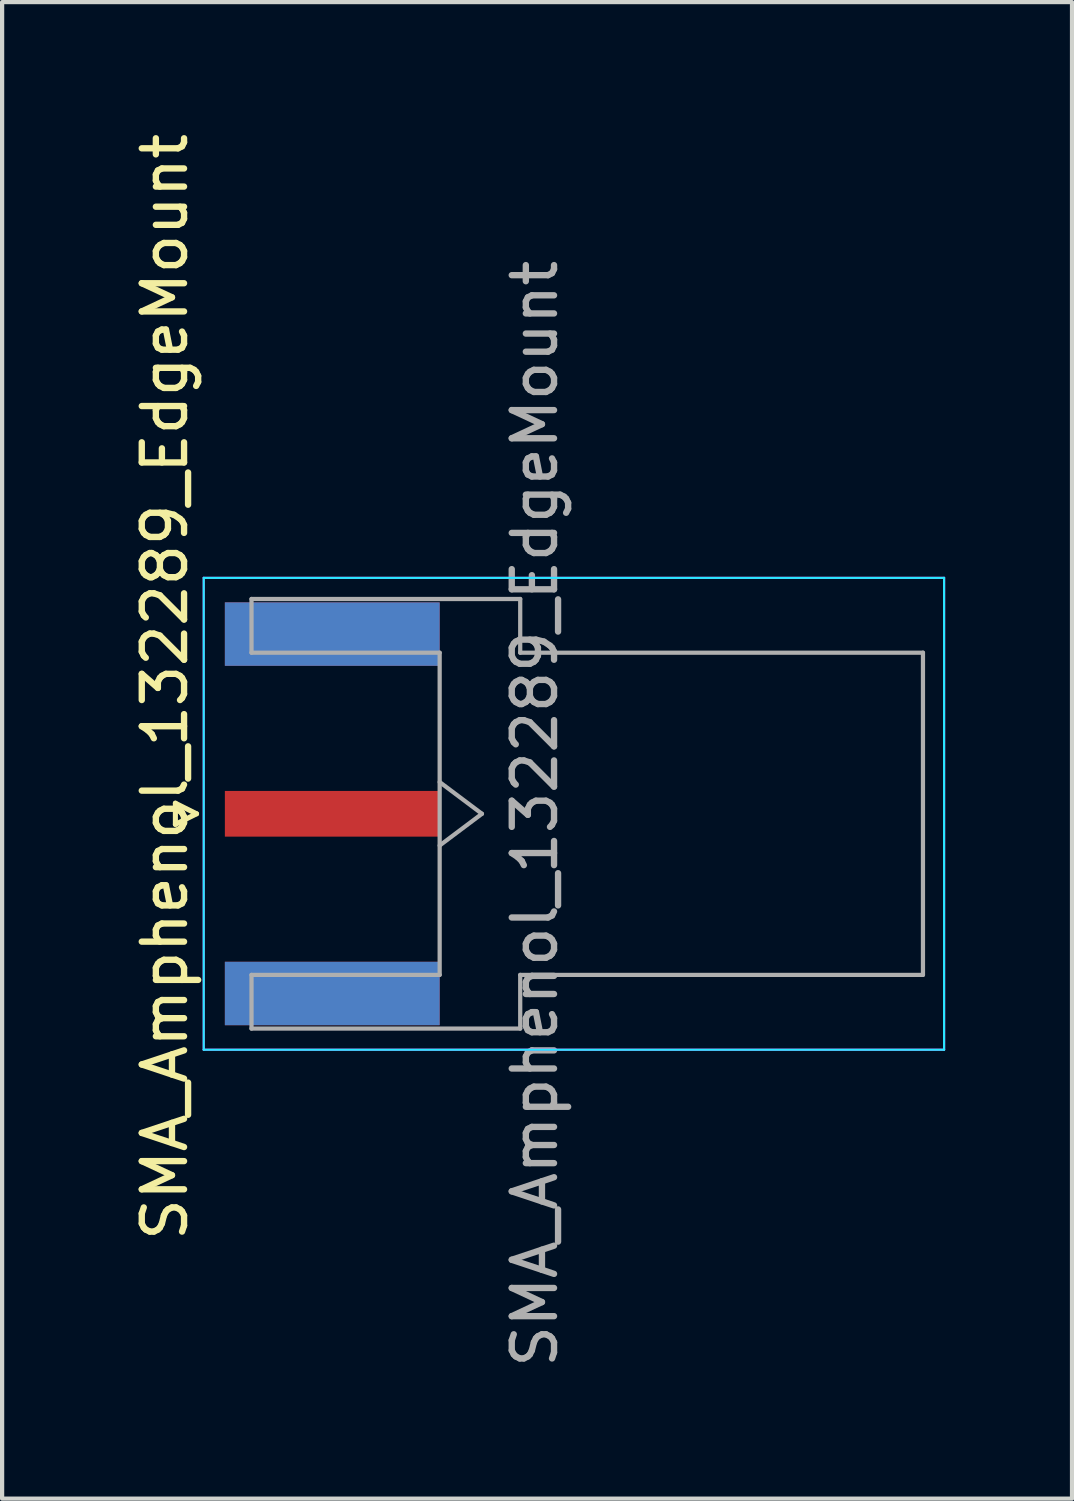
<source format=kicad_pcb>
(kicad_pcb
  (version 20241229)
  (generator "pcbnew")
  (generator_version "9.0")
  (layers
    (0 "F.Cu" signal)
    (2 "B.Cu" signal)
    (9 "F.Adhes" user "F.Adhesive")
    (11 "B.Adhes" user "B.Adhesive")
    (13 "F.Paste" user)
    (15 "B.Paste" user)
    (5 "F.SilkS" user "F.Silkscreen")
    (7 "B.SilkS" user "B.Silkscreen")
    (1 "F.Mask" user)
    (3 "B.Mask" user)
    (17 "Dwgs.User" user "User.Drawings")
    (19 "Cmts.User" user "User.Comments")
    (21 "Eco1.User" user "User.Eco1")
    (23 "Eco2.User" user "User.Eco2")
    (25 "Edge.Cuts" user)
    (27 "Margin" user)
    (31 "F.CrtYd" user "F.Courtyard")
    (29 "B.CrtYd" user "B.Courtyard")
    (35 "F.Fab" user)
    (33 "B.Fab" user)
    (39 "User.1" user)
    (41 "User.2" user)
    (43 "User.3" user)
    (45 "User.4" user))
  (footprint "SMA_Amphenol_132289_EdgeMount"
    (layer "F.Cu")
    (at 4.808 16.196)
    (property "Reference" "SMA_Amphenol_132289_EdgeMount" (at -3.96 -3 90) (layer "F.SilkS") (effects (font (size 1 1) (thickness 0.15))))
    (attr smd)
    (fp_line (start -3.71 -0.25) (end -3.71 0.25) (stroke (width 0.12) (type solid)) (layer "F.SilkS"))
    (fp_line (start -3.71 0.25) (end -3.21 0) (stroke (width 0.12) (type solid)) (layer "F.SilkS"))
    (fp_line (start -3.21 0) (end -3.71 -0.25) (stroke (width 0.12) (type solid)) (layer "F.SilkS"))
    (fp_line (start -3.04 5.58) (end -3.04 -5.58) (stroke (width 0.05) (type solid)) (layer "B.CrtYd"))
    (fp_line (start 14.47 -5.58) (end -3.04 -5.58) (stroke (width 0.05) (type solid)) (layer "B.CrtYd"))
    (fp_line (start 14.47 -5.58) (end 14.47 5.58) (stroke (width 0.05) (type solid)) (layer "B.CrtYd"))
    (fp_line (start 14.47 5.58) (end -3.04 5.58) (stroke (width 0.05) (type solid)) (layer "B.CrtYd"))
    (fp_line (start -3.04 5.58) (end -3.04 -5.58) (stroke (width 0.05) (type solid)) (layer "F.CrtYd"))
    (fp_line (start 14.47 -5.58) (end -3.04 -5.58) (stroke (width 0.05) (type solid)) (layer "F.CrtYd"))
    (fp_line (start 14.47 -5.58) (end 14.47 5.58) (stroke (width 0.05) (type solid)) (layer "F.CrtYd"))
    (fp_line (start 14.47 5.58) (end -3.04 5.58) (stroke (width 0.05) (type solid)) (layer "F.CrtYd"))
    (fp_line (start -1.91 -5.08) (end -1.91 -3.81) (stroke (width 0.1) (type solid)) (layer "F.Fab"))
    (fp_line (start -1.91 -5.08) (end 4.445 -5.08) (stroke (width 0.1) (type solid)) (layer "F.Fab"))
    (fp_line (start -1.91 -3.81) (end 2.54 -3.81) (stroke (width 0.1) (type solid)) (layer "F.Fab"))
    (fp_line (start -1.91 3.81) (end -1.91 5.08) (stroke (width 0.1) (type solid)) (layer "F.Fab"))
    (fp_line (start -1.91 5.08) (end 4.445 5.08) (stroke (width 0.1) (type solid)) (layer "F.Fab"))
    (fp_line (start 2.54 -3.81) (end 2.54 3.81) (stroke (width 0.1) (type solid)) (layer "F.Fab"))
    (fp_line (start 2.54 -0.75) (end 3.54 0) (stroke (width 0.1) (type solid)) (layer "F.Fab"))
    (fp_line (start 2.54 3.81) (end -1.91 3.81) (stroke (width 0.1) (type solid)) (layer "F.Fab"))
    (fp_line (start 3.54 0) (end 2.54 0.75) (stroke (width 0.1) (type solid)) (layer "F.Fab"))
    (fp_line (start 4.445 -3.81) (end 4.445 -5.08) (stroke (width 0.1) (type solid)) (layer "F.Fab"))
    (fp_line (start 4.445 -3.81) (end 13.97 -3.81) (stroke (width 0.1) (type solid)) (layer "F.Fab"))
    (fp_line (start 4.445 5.08) (end 4.445 3.81) (stroke (width 0.1) (type solid)) (layer "F.Fab"))
    (fp_line (start 13.97 -3.81) (end 13.97 3.81) (stroke (width 0.1) (type solid)) (layer "F.Fab"))
    (fp_line (start 13.97 3.81) (end 4.445 3.81) (stroke (width 0.1) (type solid)) (layer "F.Fab"))
    (fp_text user "${REFERENCE}" (at 4.79 0 90) (layer "F.Fab") (effects (font (size 1 1) (thickness 0.15))))
    (pad "1" smd rect (at 0 0 90) (size 1.081 5.08) (layers "F.Cu" "F.Mask" "F.Paste"))
    (pad "2" smd rect (at 0 -4.25 90) (size 1.5 5.08) (layers "F.Cu" "F.Mask" "F.Paste"))
    (pad "2" smd rect (at 0 -4.25 90) (size 1.5 5.08) (layers "B.Cu" "B.Mask" "B.Paste"))
    (pad "2" smd rect (at 0 4.25 90) (size 1.5 5.08) (layers "F.Cu" "F.Mask" "F.Paste"))
    (pad "2" smd rect (at 0 4.25 90) (size 1.5 5.08) (layers "B.Cu" "B.Mask" "B.Paste")))
  (gr_rect
    (start -3 -3)
    (end 22.303 32.393)
    (stroke (width 0.1) (type default))
    (fill no)
    (layer "Edge.Cuts")))
</source>
